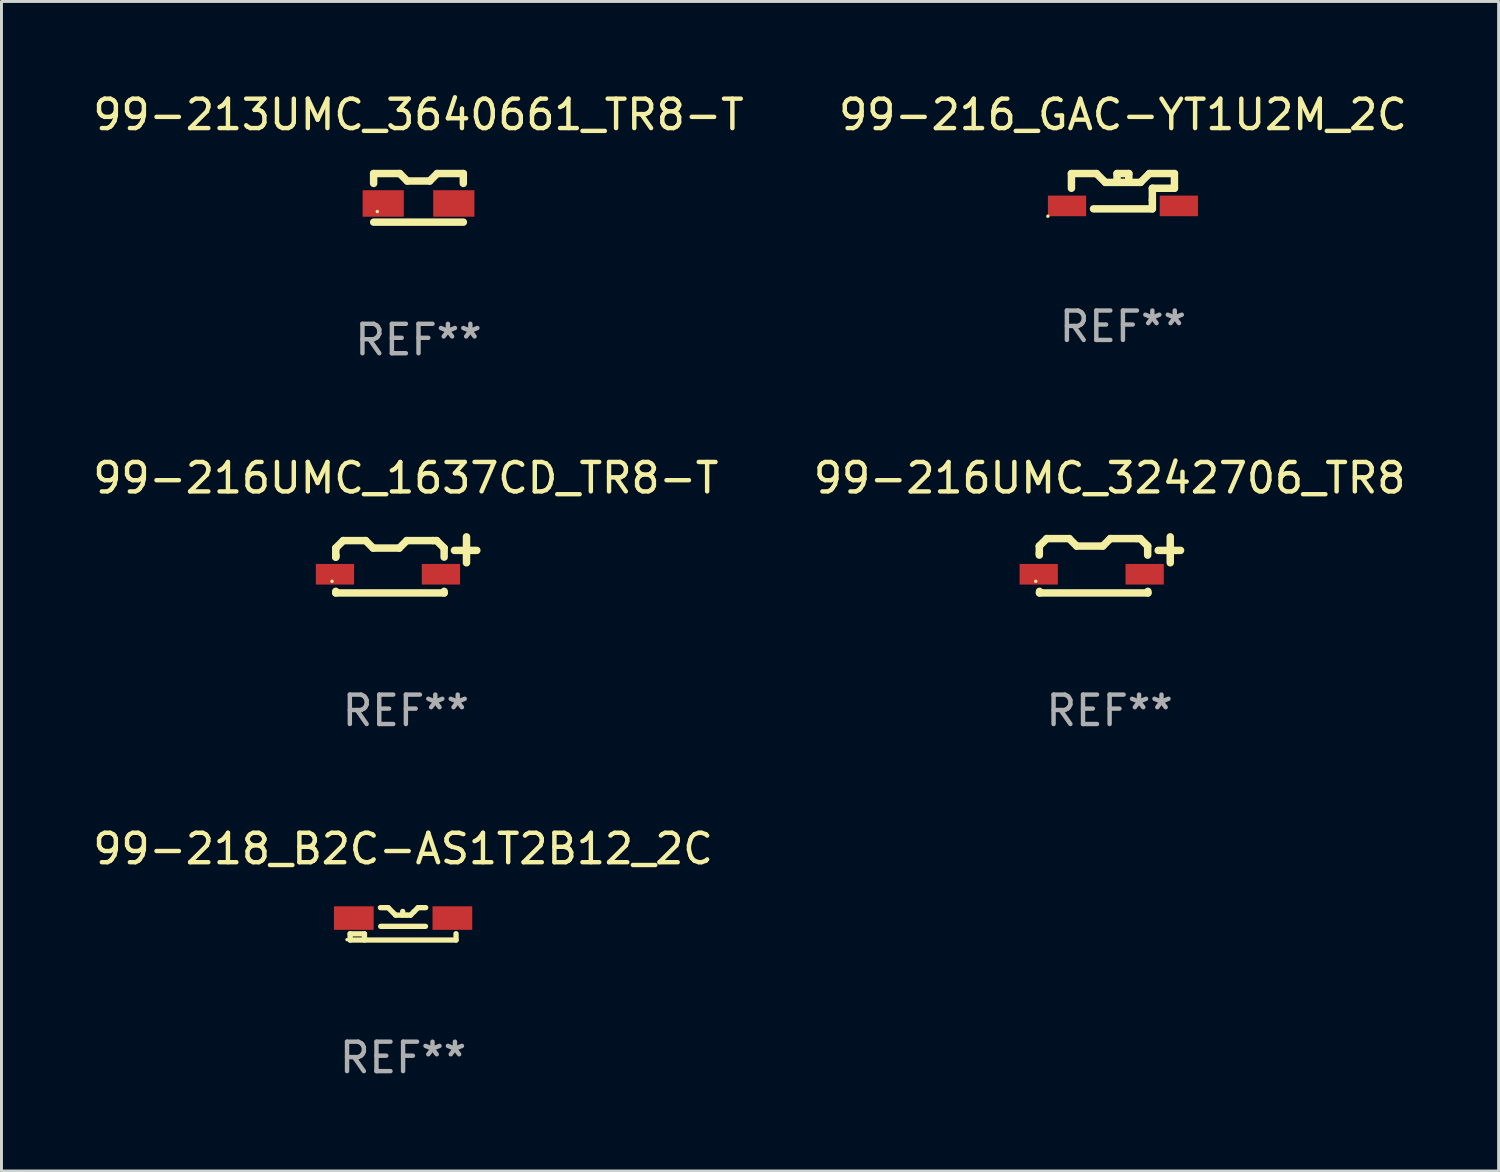
<source format=kicad_pcb>
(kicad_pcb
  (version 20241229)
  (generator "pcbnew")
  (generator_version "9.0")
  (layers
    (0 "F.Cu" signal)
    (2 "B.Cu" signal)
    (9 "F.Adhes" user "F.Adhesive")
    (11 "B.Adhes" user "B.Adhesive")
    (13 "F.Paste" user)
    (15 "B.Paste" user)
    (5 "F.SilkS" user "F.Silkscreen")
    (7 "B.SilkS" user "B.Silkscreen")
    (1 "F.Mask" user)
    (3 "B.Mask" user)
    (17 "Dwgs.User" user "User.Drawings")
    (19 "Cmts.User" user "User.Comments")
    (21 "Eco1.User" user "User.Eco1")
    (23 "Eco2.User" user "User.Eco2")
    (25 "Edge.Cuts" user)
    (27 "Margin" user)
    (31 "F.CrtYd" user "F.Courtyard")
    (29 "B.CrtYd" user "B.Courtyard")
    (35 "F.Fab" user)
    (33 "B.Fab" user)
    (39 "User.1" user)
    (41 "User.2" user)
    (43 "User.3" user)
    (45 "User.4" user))
  (footprint "99-213UMC_3640661_TR8-T"
    (layer "F.Cu")
    (at 11.173 3.674)
    (property "Reference" "99-213UMC_3640661_TR8-T" (at 0 -2.826 0) (layer "F.SilkS") (effects (font (size 1 1) (thickness 0.15))))
    (attr through_hole)
    (fp_line (start -1.525 -0.826) (end -1.525 -0.491) (stroke (width 0.254) (type solid)) (layer "F.SilkS"))
    (fp_line (start -1.525 -0.826) (end -0.636 -0.826) (stroke (width 0.254) (type solid)) (layer "F.SilkS"))
    (fp_line (start -1.523 0.826) (end 1.525 0.826) (stroke (width 0.254) (type solid)) (layer "F.SilkS"))
    (fp_line (start -0.636 -0.826) (end -0.382 -0.572) (stroke (width 0.254) (type solid)) (layer "F.SilkS"))
    (fp_line (start -0.382 -0.572) (end 0.38 -0.572) (stroke (width 0.254) (type solid)) (layer "F.SilkS"))
    (fp_line (start 0.38 -0.572) (end 0.634 -0.826) (stroke (width 0.254) (type solid)) (layer "F.SilkS"))
    (fp_line (start 0.634 -0.826) (end 1.523 -0.826) (stroke (width 0.254) (type solid)) (layer "F.SilkS"))
    (fp_line (start 1.523 -0.826) (end 1.523 -0.491) (stroke (width 0.254) (type solid)) (layer "F.SilkS"))
    (fp_circle (center -1.4 0.466) (end -1.37 0.466) (stroke (width 0.06) (type solid)) (fill no) (layer "F.SilkS"))
    (fp_text user "REF**" (at 0 4.826 0) (layer "F.Fab") (effects (font (size 1 1) (thickness 0.15))))
    (pad "1" smd rect (at -1.2 0.191) (size 1.4 0.9) (layers "F.Cu" "F.Mask" "F.Paste"))
    (pad "2" smd rect (at 1.2 0.191) (size 1.4 0.9) (layers "F.Cu" "F.Mask" "F.Paste")))
  (footprint "99-218_B2C-AS1T2B12_2C"
    (layer "F.Cu")
    (at 10.649 28.347)
    (property "Reference" "99-218_B2C-AS1T2B12_2C" (at 0 -2.55 0) (layer "F.SilkS") (effects (font (size 1 1) (thickness 0.15))))
    (attr through_hole)
    (fp_line (start -1.8 0.55) (end -1.8 0.335) (stroke (width 0.18) (type solid)) (layer "F.SilkS"))
    (fp_line (start -1.8 0.55) (end 1.8 0.55) (stroke (width 0.18) (type solid)) (layer "F.SilkS"))
    (fp_line (start -1.312 0.339) (end -1.8 0.339) (stroke (width 0.18) (type solid)) (layer "F.SilkS"))
    (fp_line (start -1.312 0.55) (end -1.312 0.339) (stroke (width 0.18) (type solid)) (layer "F.SilkS"))
    (fp_line (start -0.77 -0.55) (end -0.508 -0.55) (stroke (width 0.18) (type solid)) (layer "F.SilkS"))
    (fp_line (start -0.762 0.085) (end 0.762 0.085) (stroke (width 0.18) (type solid)) (layer "F.SilkS"))
    (fp_line (start -0.508 -0.55) (end -0.254 -0.296) (stroke (width 0.18) (type solid)) (layer "F.SilkS"))
    (fp_line (start -0.254 -0.296) (end 0.127 -0.296) (stroke (width 0.18) (type solid)) (layer "F.SilkS"))
    (fp_line (start -0.013 -0.296) (end -0.013 -0.423) (stroke (width 0.18) (type solid)) (layer "F.SilkS"))
    (fp_line (start 0.127 -0.296) (end 0.254 -0.296) (stroke (width 0.18) (type solid)) (layer "F.SilkS"))
    (fp_line (start 0.254 -0.296) (end 0.368 -0.41) (stroke (width 0.18) (type solid)) (layer "F.SilkS"))
    (fp_line (start 0.368 -0.41) (end 0.508 -0.55) (stroke (width 0.18) (type solid)) (layer "F.SilkS"))
    (fp_line (start 0.508 -0.55) (end 0.769 -0.55) (stroke (width 0.18) (type solid)) (layer "F.SilkS"))
    (fp_line (start 1.8 0.55) (end 1.8 0.335) (stroke (width 0.18) (type solid)) (layer "F.SilkS"))
    (fp_circle (center -1.906 0.537) (end -1.876 0.537) (stroke (width 0.06) (type solid)) (fill no) (layer "F.SilkS"))
    (fp_text user "REF**" (at 0 4.55 0) (layer "F.Fab") (effects (font (size 1 1) (thickness 0.15))))
    (pad "1" smd rect (at -1.675 -0.196) (size 1.35 0.8) (layers "F.Cu" "F.Mask" "F.Paste"))
    (pad "2" smd rect (at 1.675 -0.196) (size 1.35 0.8) (layers "F.Cu" "F.Mask" "F.Paste")))
  (footprint "99-216UMC_1637CD_TR8-T"
    (layer "F.Cu")
    (at 10.744 16.148)
    (property "Reference" "99-216UMC_1637CD_TR8-T" (at 0 -2.953 0) (layer "F.SilkS") (effects (font (size 1 1) (thickness 0.15))))
    (attr through_hole)
    (fp_line (start -2.383 -0.572) (end -2.129 -0.826) (stroke (width 0.254) (type solid)) (layer "F.SilkS"))
    (fp_line (start -2.383 -0.318) (end -2.383 -0.572) (stroke (width 0.254) (type solid)) (layer "F.SilkS"))
    (fp_line (start -2.383 -0.264) (end -2.383 -0.318) (stroke (width 0.254) (type solid)) (layer "F.SilkS"))
    (fp_line (start -2.383 -0.264) (end -2.383 -0.318) (stroke (width 0.254) (type solid)) (layer "F.SilkS"))
    (fp_line (start -2.383 0.953) (end -2.383 0.899) (stroke (width 0.254) (type solid)) (layer "F.SilkS"))
    (fp_line (start -2.129 -0.826) (end -1.367 -0.826) (stroke (width 0.254) (type solid)) (layer "F.SilkS"))
    (fp_line (start -1.367 -0.826) (end -1.113 -0.572) (stroke (width 0.254) (type solid)) (layer "F.SilkS"))
    (fp_line (start -1.113 -0.572) (end -0.224 -0.572) (stroke (width 0.254) (type solid)) (layer "F.SilkS"))
    (fp_line (start -0.224 -0.572) (end 0.03 -0.826) (stroke (width 0.254) (type solid)) (layer "F.SilkS"))
    (fp_line (start 0.03 -0.826) (end 0.919 -0.826) (stroke (width 0.254) (type solid)) (layer "F.SilkS"))
    (fp_line (start 0.919 -0.826) (end 1.046 -0.826) (stroke (width 0.254) (type solid)) (layer "F.SilkS"))
    (fp_line (start 1.046 -0.826) (end 1.3 -0.572) (stroke (width 0.254) (type solid)) (layer "F.SilkS"))
    (fp_line (start 1.3 -0.572) (end 1.3 -0.264) (stroke (width 0.254) (type solid)) (layer "F.SilkS"))
    (fp_line (start 1.3 0.899) (end 1.3 0.953) (stroke (width 0.254) (type solid)) (layer "F.SilkS"))
    (fp_line (start 1.3 0.953) (end -2.383 0.953) (stroke (width 0.254) (type solid)) (layer "F.SilkS"))
    (fp_line (start 1.65 -0.493) (end 2.41 -0.493) (stroke (width 0.254) (type solid)) (layer "F.SilkS"))
    (fp_line (start 2.06 -0.953) (end 2.06 -0.072) (stroke (width 0.254) (type solid)) (layer "F.SilkS"))
    (fp_circle (center -2.51 0.558) (end -2.48 0.558) (stroke (width 0.06) (type solid)) (fill no) (layer "F.SilkS"))
    (fp_text user "REF**" (at 0 4.953 0) (layer "F.Fab") (effects (font (size 1 1) (thickness 0.15))))
    (pad "1" smd rect (at -2.41 0.318 90) (size 0.7 1.3) (layers "F.Cu" "F.Mask" "F.Paste"))
    (pad "2" smd rect (at 1.19 0.318 90) (size 0.7 1.3) (layers "F.Cu" "F.Mask" "F.Paste")))
  (footprint "99-216UMC_3242706_TR8"
    (layer "F.Cu")
    (at 34.661 16.148)
    (property "Reference" "99-216UMC_3242706_TR8" (at 0 -2.953 0) (layer "F.SilkS") (effects (font (size 1 1) (thickness 0.15))))
    (attr through_hole)
    (fp_line (start -2.39 -0.64) (end -2.136 -0.894) (stroke (width 0.254) (type solid)) (layer "F.SilkS"))
    (fp_line (start -2.39 -0.386) (end -2.39 -0.64) (stroke (width 0.254) (type solid)) (layer "F.SilkS"))
    (fp_line (start -2.39 -0.332) (end -2.39 -0.386) (stroke (width 0.254) (type solid)) (layer "F.SilkS"))
    (fp_line (start -2.383 0.953) (end -2.383 0.899) (stroke (width 0.254) (type solid)) (layer "F.SilkS"))
    (fp_line (start -2.136 -0.894) (end -1.374 -0.894) (stroke (width 0.254) (type solid)) (layer "F.SilkS"))
    (fp_line (start -1.374 -0.894) (end -1.12 -0.64) (stroke (width 0.254) (type solid)) (layer "F.SilkS"))
    (fp_line (start -1.12 -0.64) (end -0.231 -0.64) (stroke (width 0.254) (type solid)) (layer "F.SilkS"))
    (fp_line (start -0.231 -0.64) (end 0.023 -0.894) (stroke (width 0.254) (type solid)) (layer "F.SilkS"))
    (fp_line (start 0.023 -0.894) (end 0.912 -0.894) (stroke (width 0.254) (type solid)) (layer "F.SilkS"))
    (fp_line (start 0.912 -0.894) (end 1.039 -0.894) (stroke (width 0.254) (type solid)) (layer "F.SilkS"))
    (fp_line (start 1.039 -0.894) (end 1.293 -0.64) (stroke (width 0.254) (type solid)) (layer "F.SilkS"))
    (fp_line (start 1.293 -0.64) (end 1.293 -0.332) (stroke (width 0.254) (type solid)) (layer "F.SilkS"))
    (fp_line (start 1.3 0.899) (end 1.3 0.953) (stroke (width 0.254) (type solid)) (layer "F.SilkS"))
    (fp_line (start 1.3 0.953) (end -2.383 0.953) (stroke (width 0.254) (type solid)) (layer "F.SilkS"))
    (fp_line (start 1.65 -0.493) (end 2.41 -0.493) (stroke (width 0.254) (type solid)) (layer "F.SilkS"))
    (fp_line (start 2.06 -0.953) (end 2.06 -0.072) (stroke (width 0.254) (type solid)) (layer "F.SilkS"))
    (fp_circle (center -2.51 0.558) (end -2.48 0.558) (stroke (width 0.06) (type solid)) (fill no) (layer "F.SilkS"))
    (fp_text user "REF**" (at 0 4.953 0) (layer "F.Fab") (effects (font (size 1 1) (thickness 0.15))))
    (pad "1" smd rect (at -2.41 0.318 90) (size 0.7 1.3) (layers "F.Cu" "F.Mask" "F.Paste"))
    (pad "2" smd rect (at 1.19 0.318 90) (size 0.7 1.3) (layers "F.Cu" "F.Mask" "F.Paste")))
  (footprint "99-216_GAC-YT1U2M_2C"
    (layer "F.Cu")
    (at 35.113 3.448)
    (property "Reference" "99-216_GAC-YT1U2M_2C" (at 0 -2.6 0) (layer "F.SilkS") (effects (font (size 1 1) (thickness 0.15))))
    (attr through_hole)
    (fp_line (start -1.75 -0.6) (end -1.75 -0.1) (stroke (width 0.254) (type solid)) (layer "F.SilkS"))
    (fp_line (start -1.75 -0.6) (end -0.899 -0.6) (stroke (width 0.254) (type solid)) (layer "F.SilkS"))
    (fp_line (start -1 0.6) (end 1 0.6) (stroke (width 0.254) (type solid)) (layer "F.SilkS"))
    (fp_line (start -0.899 -0.6) (end -0.599 -0.3) (stroke (width 0.254) (type solid)) (layer "F.SilkS"))
    (fp_line (start -0.599 -0.3) (end 0.599 -0.3) (stroke (width 0.254) (type solid)) (layer "F.SilkS"))
    (fp_line (start -0.2 -0.6) (end 0.2 -0.6) (stroke (width 0.254) (type solid)) (layer "F.SilkS"))
    (fp_line (start -0.2 -0.3) (end -0.2 -0.6) (stroke (width 0.254) (type solid)) (layer "F.SilkS"))
    (fp_line (start 0.2 -0.6) (end 0.2 -0.4) (stroke (width 0.254) (type solid)) (layer "F.SilkS"))
    (fp_line (start 0.599 -0.3) (end 0.899 -0.6) (stroke (width 0.254) (type solid)) (layer "F.SilkS"))
    (fp_line (start 0.899 -0.6) (end 1.75 -0.6) (stroke (width 0.254) (type solid)) (layer "F.SilkS"))
    (fp_line (start 1 -0.1) (end 1 0.3) (stroke (width 0.254) (type solid)) (layer "F.SilkS"))
    (fp_line (start 1 0.3) (end 1 0.6) (stroke (width 0.254) (type solid)) (layer "F.SilkS"))
    (fp_line (start 1.75 -0.1) (end 1 -0.1) (stroke (width 0.254) (type solid)) (layer "F.SilkS"))
    (fp_line (start 1.75 -0.1) (end 1.75 -0.6) (stroke (width 0.254) (type solid)) (layer "F.SilkS"))
    (fp_circle (center -2.55 0.85) (end -2.52 0.85) (stroke (width 0.06) (type solid)) (fill no) (layer "F.SilkS"))
    (fp_text user "REF**" (at 0 4.6 0) (layer "F.Fab") (effects (font (size 1 1) (thickness 0.15))))
    (pad "1" smd rect (at -1.9 0.5 90) (size 0.7 1.3) (layers "F.Cu" "F.Mask" "F.Paste"))
    (pad "2" smd rect (at 1.9 0.5 90) (size 0.7 1.3) (layers "F.Cu" "F.Mask" "F.Paste")))
  (gr_rect
    (start -3 -3)
    (end 47.881 36.746)
    (stroke (width 0.1) (type default))
    (fill no)
    (layer "Edge.Cuts")))
</source>
